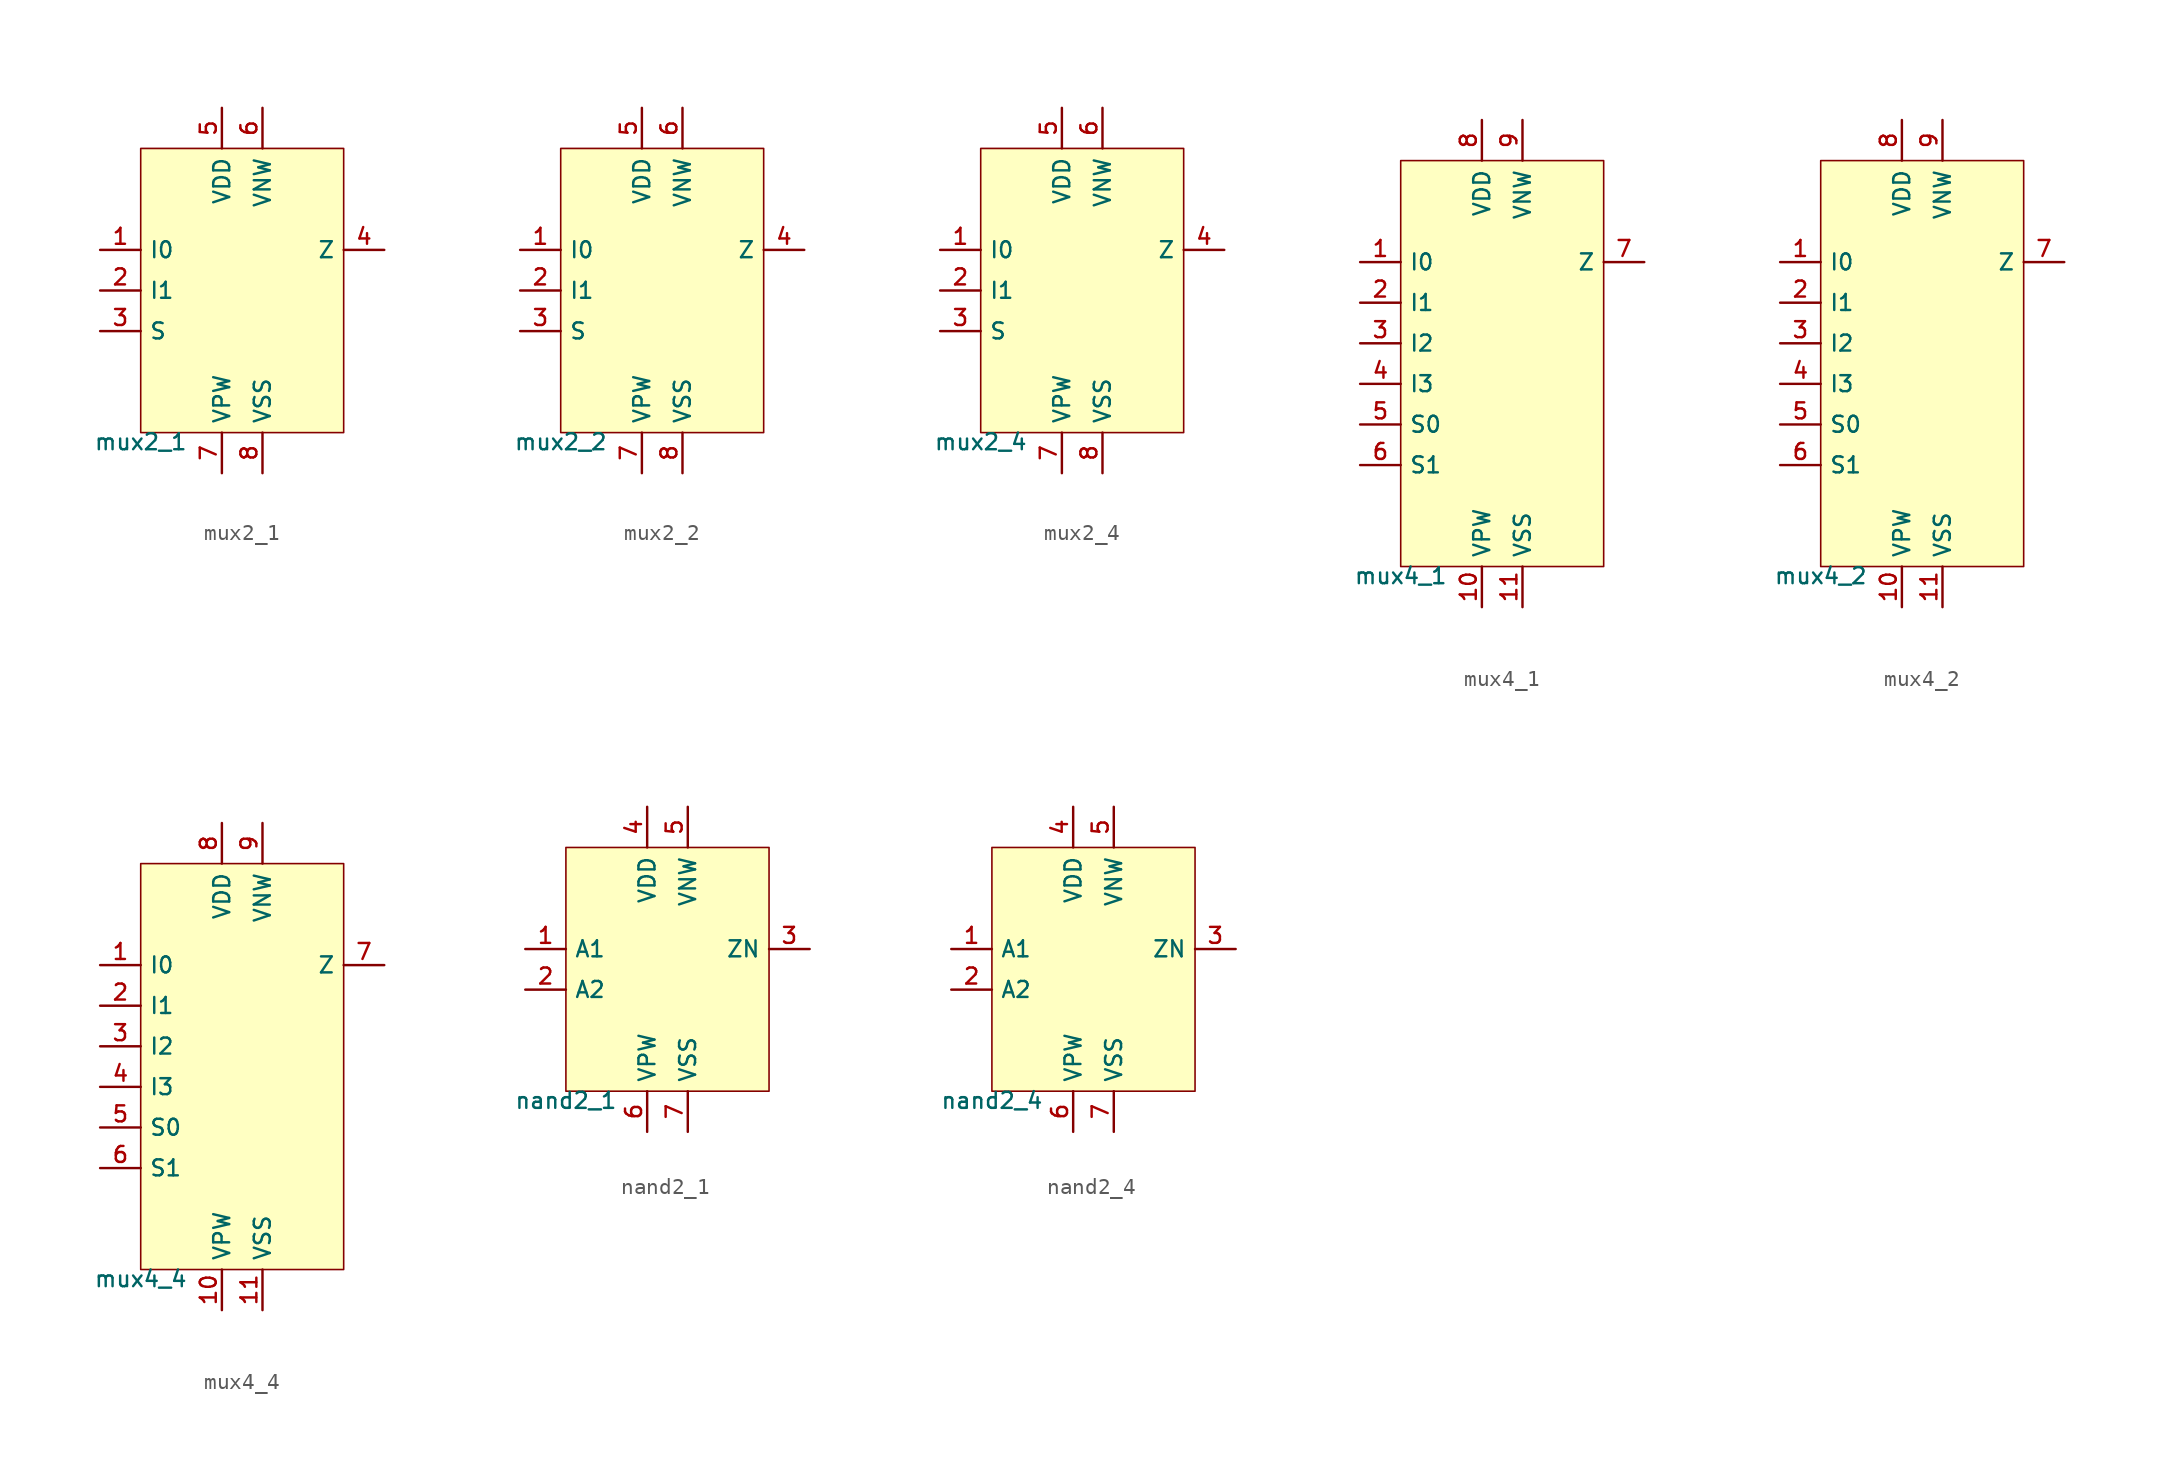
<source format=kicad_sym>
(kicad_symbol_lib
  (version 20211014)
  (generator pdk2kicad)
  (symbol "mux2_1"
    (property "Reference" "X"
      (at 0 0 0)
      (effects (font (size 1 1)) hide))
    (property "Value" "mux2_1"
      (at -6.35 -8.89 0)
      (effects (font (size 1 1)) (justify top)))
    (rectangle
      (start -6.35 -8.89)
      (end 6.35 8.89)
      (stroke (width 0.1) (type solid) (color 0 0 0 0))
      (fill (type background)))
    (pin input line
      (at -8.89 2.54 0)
      (length 2.54)
      (name "I0" (effects (font (size 1 1)) hide))
      (number "1" (effects (font (size 1 1)) hide)))
    (pin input line
      (at -8.89 4.440892098500626e-16 0)
      (length 2.54)
      (name "I1" (effects (font (size 1 1)) hide))
      (number "2" (effects (font (size 1 1)) hide)))
    (pin input line
      (at -8.89 -2.54 0)
      (length 2.54)
      (name "S" (effects (font (size 1 1)) hide))
      (number "3" (effects (font (size 1 1)) hide)))
    (pin output line
      (at 8.89 2.54 180)
      (length 2.54)
      (name "Z" (effects (font (size 1 1)) hide))
      (number "4" (effects (font (size 1 1)) hide)))
    (pin power_in line
      (at -1.27 11.43 270)
      (length 2.54)
      (name "VDD" (effects (font (size 1 1)) hide))
      (number "5" (effects (font (size 1 1)) hide)))
    (pin power_in line
      (at 1.27 11.43 270)
      (length 2.54)
      (name "VNW" (effects (font (size 1 1)) hide))
      (number "6" (effects (font (size 1 1)) hide)))
    (pin power_in line
      (at -1.27 -11.43 90)
      (length 2.54)
      (name "VPW" (effects (font (size 1 1)) hide))
      (number "7" (effects (font (size 1 1)) hide)))
    (pin power_in line
      (at 1.27 -11.43 90)
      (length 2.54)
      (name "VSS" (effects (font (size 1 1)) hide))
      (number "8" (effects (font (size 1 1)) hide))))
  (symbol "mux2_2"
    (property "Reference" "X"
      (at 0 0 0)
      (effects (font (size 1 1)) hide))
    (property "Value" "mux2_2"
      (at -6.35 -8.89 0)
      (effects (font (size 1 1)) (justify top)))
    (rectangle
      (start -6.35 -8.89)
      (end 6.35 8.89)
      (stroke (width 0.1) (type solid) (color 0 0 0 0))
      (fill (type background)))
    (pin input line
      (at -8.89 2.54 0)
      (length 2.54)
      (name "I0" (effects (font (size 1 1)) hide))
      (number "1" (effects (font (size 1 1)) hide)))
    (pin input line
      (at -8.89 4.440892098500626e-16 0)
      (length 2.54)
      (name "I1" (effects (font (size 1 1)) hide))
      (number "2" (effects (font (size 1 1)) hide)))
    (pin input line
      (at -8.89 -2.54 0)
      (length 2.54)
      (name "S" (effects (font (size 1 1)) hide))
      (number "3" (effects (font (size 1 1)) hide)))
    (pin output line
      (at 8.89 2.54 180)
      (length 2.54)
      (name "Z" (effects (font (size 1 1)) hide))
      (number "4" (effects (font (size 1 1)) hide)))
    (pin power_in line
      (at -1.27 11.43 270)
      (length 2.54)
      (name "VDD" (effects (font (size 1 1)) hide))
      (number "5" (effects (font (size 1 1)) hide)))
    (pin power_in line
      (at 1.27 11.43 270)
      (length 2.54)
      (name "VNW" (effects (font (size 1 1)) hide))
      (number "6" (effects (font (size 1 1)) hide)))
    (pin power_in line
      (at -1.27 -11.43 90)
      (length 2.54)
      (name "VPW" (effects (font (size 1 1)) hide))
      (number "7" (effects (font (size 1 1)) hide)))
    (pin power_in line
      (at 1.27 -11.43 90)
      (length 2.54)
      (name "VSS" (effects (font (size 1 1)) hide))
      (number "8" (effects (font (size 1 1)) hide))))
  (symbol "mux2_4"
    (property "Reference" "X"
      (at 0 0 0)
      (effects (font (size 1 1)) hide))
    (property "Value" "mux2_4"
      (at -6.35 -8.89 0)
      (effects (font (size 1 1)) (justify top)))
    (rectangle
      (start -6.35 -8.89)
      (end 6.35 8.89)
      (stroke (width 0.1) (type solid) (color 0 0 0 0))
      (fill (type background)))
    (pin input line
      (at -8.89 2.54 0)
      (length 2.54)
      (name "I0" (effects (font (size 1 1)) hide))
      (number "1" (effects (font (size 1 1)) hide)))
    (pin input line
      (at -8.89 4.440892098500626e-16 0)
      (length 2.54)
      (name "I1" (effects (font (size 1 1)) hide))
      (number "2" (effects (font (size 1 1)) hide)))
    (pin input line
      (at -8.89 -2.54 0)
      (length 2.54)
      (name "S" (effects (font (size 1 1)) hide))
      (number "3" (effects (font (size 1 1)) hide)))
    (pin output line
      (at 8.89 2.54 180)
      (length 2.54)
      (name "Z" (effects (font (size 1 1)) hide))
      (number "4" (effects (font (size 1 1)) hide)))
    (pin power_in line
      (at -1.27 11.43 270)
      (length 2.54)
      (name "VDD" (effects (font (size 1 1)) hide))
      (number "5" (effects (font (size 1 1)) hide)))
    (pin power_in line
      (at 1.27 11.43 270)
      (length 2.54)
      (name "VNW" (effects (font (size 1 1)) hide))
      (number "6" (effects (font (size 1 1)) hide)))
    (pin power_in line
      (at -1.27 -11.43 90)
      (length 2.54)
      (name "VPW" (effects (font (size 1 1)) hide))
      (number "7" (effects (font (size 1 1)) hide)))
    (pin power_in line
      (at 1.27 -11.43 90)
      (length 2.54)
      (name "VSS" (effects (font (size 1 1)) hide))
      (number "8" (effects (font (size 1 1)) hide))))
  (symbol "mux4_1"
    (property "Reference" "X"
      (at 0 0 0)
      (effects (font (size 1 1)) hide))
    (property "Value" "mux4_1"
      (at -6.35 -12.7 0)
      (effects (font (size 1 1)) (justify top)))
    (rectangle
      (start -6.35 -12.7)
      (end 6.35 12.7)
      (stroke (width 0.1) (type solid) (color 0 0 0 0))
      (fill (type background)))
    (pin input line
      (at -8.89 6.35 0)
      (length 2.54)
      (name "I0" (effects (font (size 1 1)) hide))
      (number "1" (effects (font (size 1 1)) hide)))
    (pin input line
      (at -8.89 3.81 0)
      (length 2.54)
      (name "I1" (effects (font (size 1 1)) hide))
      (number "2" (effects (font (size 1 1)) hide)))
    (pin input line
      (at -8.89 1.27 0)
      (length 2.54)
      (name "I2" (effects (font (size 1 1)) hide))
      (number "3" (effects (font (size 1 1)) hide)))
    (pin input line
      (at -8.89 -1.27 0)
      (length 2.54)
      (name "I3" (effects (font (size 1 1)) hide))
      (number "4" (effects (font (size 1 1)) hide)))
    (pin input line
      (at -8.89 -3.81 0)
      (length 2.54)
      (name "S0" (effects (font (size 1 1)) hide))
      (number "5" (effects (font (size 1 1)) hide)))
    (pin input line
      (at -8.89 -6.35 0)
      (length 2.54)
      (name "S1" (effects (font (size 1 1)) hide))
      (number "6" (effects (font (size 1 1)) hide)))
    (pin output line
      (at 8.89 6.35 180)
      (length 2.54)
      (name "Z" (effects (font (size 1 1)) hide))
      (number "7" (effects (font (size 1 1)) hide)))
    (pin power_in line
      (at -1.27 15.24 270)
      (length 2.54)
      (name "VDD" (effects (font (size 1 1)) hide))
      (number "8" (effects (font (size 1 1)) hide)))
    (pin power_in line
      (at 1.27 15.24 270)
      (length 2.54)
      (name "VNW" (effects (font (size 1 1)) hide))
      (number "9" (effects (font (size 1 1)) hide)))
    (pin power_in line
      (at -1.27 -15.24 90)
      (length 2.54)
      (name "VPW" (effects (font (size 1 1)) hide))
      (number "10" (effects (font (size 1 1)) hide)))
    (pin power_in line
      (at 1.27 -15.24 90)
      (length 2.54)
      (name "VSS" (effects (font (size 1 1)) hide))
      (number "11" (effects (font (size 1 1)) hide))))
  (symbol "mux4_2"
    (property "Reference" "X"
      (at 0 0 0)
      (effects (font (size 1 1)) hide))
    (property "Value" "mux4_2"
      (at -6.35 -12.7 0)
      (effects (font (size 1 1)) (justify top)))
    (rectangle
      (start -6.35 -12.7)
      (end 6.35 12.7)
      (stroke (width 0.1) (type solid) (color 0 0 0 0))
      (fill (type background)))
    (pin input line
      (at -8.89 6.35 0)
      (length 2.54)
      (name "I0" (effects (font (size 1 1)) hide))
      (number "1" (effects (font (size 1 1)) hide)))
    (pin input line
      (at -8.89 3.81 0)
      (length 2.54)
      (name "I1" (effects (font (size 1 1)) hide))
      (number "2" (effects (font (size 1 1)) hide)))
    (pin input line
      (at -8.89 1.27 0)
      (length 2.54)
      (name "I2" (effects (font (size 1 1)) hide))
      (number "3" (effects (font (size 1 1)) hide)))
    (pin input line
      (at -8.89 -1.27 0)
      (length 2.54)
      (name "I3" (effects (font (size 1 1)) hide))
      (number "4" (effects (font (size 1 1)) hide)))
    (pin input line
      (at -8.89 -3.81 0)
      (length 2.54)
      (name "S0" (effects (font (size 1 1)) hide))
      (number "5" (effects (font (size 1 1)) hide)))
    (pin input line
      (at -8.89 -6.35 0)
      (length 2.54)
      (name "S1" (effects (font (size 1 1)) hide))
      (number "6" (effects (font (size 1 1)) hide)))
    (pin output line
      (at 8.89 6.35 180)
      (length 2.54)
      (name "Z" (effects (font (size 1 1)) hide))
      (number "7" (effects (font (size 1 1)) hide)))
    (pin power_in line
      (at -1.27 15.24 270)
      (length 2.54)
      (name "VDD" (effects (font (size 1 1)) hide))
      (number "8" (effects (font (size 1 1)) hide)))
    (pin power_in line
      (at 1.27 15.24 270)
      (length 2.54)
      (name "VNW" (effects (font (size 1 1)) hide))
      (number "9" (effects (font (size 1 1)) hide)))
    (pin power_in line
      (at -1.27 -15.24 90)
      (length 2.54)
      (name "VPW" (effects (font (size 1 1)) hide))
      (number "10" (effects (font (size 1 1)) hide)))
    (pin power_in line
      (at 1.27 -15.24 90)
      (length 2.54)
      (name "VSS" (effects (font (size 1 1)) hide))
      (number "11" (effects (font (size 1 1)) hide))))
  (symbol "mux4_4"
    (property "Reference" "X"
      (at 0 0 0)
      (effects (font (size 1 1)) hide))
    (property "Value" "mux4_4"
      (at -6.35 -12.7 0)
      (effects (font (size 1 1)) (justify top)))
    (rectangle
      (start -6.35 -12.7)
      (end 6.35 12.7)
      (stroke (width 0.1) (type solid) (color 0 0 0 0))
      (fill (type background)))
    (pin input line
      (at -8.89 6.35 0)
      (length 2.54)
      (name "I0" (effects (font (size 1 1)) hide))
      (number "1" (effects (font (size 1 1)) hide)))
    (pin input line
      (at -8.89 3.81 0)
      (length 2.54)
      (name "I1" (effects (font (size 1 1)) hide))
      (number "2" (effects (font (size 1 1)) hide)))
    (pin input line
      (at -8.89 1.27 0)
      (length 2.54)
      (name "I2" (effects (font (size 1 1)) hide))
      (number "3" (effects (font (size 1 1)) hide)))
    (pin input line
      (at -8.89 -1.27 0)
      (length 2.54)
      (name "I3" (effects (font (size 1 1)) hide))
      (number "4" (effects (font (size 1 1)) hide)))
    (pin input line
      (at -8.89 -3.81 0)
      (length 2.54)
      (name "S0" (effects (font (size 1 1)) hide))
      (number "5" (effects (font (size 1 1)) hide)))
    (pin input line
      (at -8.89 -6.35 0)
      (length 2.54)
      (name "S1" (effects (font (size 1 1)) hide))
      (number "6" (effects (font (size 1 1)) hide)))
    (pin output line
      (at 8.89 6.35 180)
      (length 2.54)
      (name "Z" (effects (font (size 1 1)) hide))
      (number "7" (effects (font (size 1 1)) hide)))
    (pin power_in line
      (at -1.27 15.24 270)
      (length 2.54)
      (name "VDD" (effects (font (size 1 1)) hide))
      (number "8" (effects (font (size 1 1)) hide)))
    (pin power_in line
      (at 1.27 15.24 270)
      (length 2.54)
      (name "VNW" (effects (font (size 1 1)) hide))
      (number "9" (effects (font (size 1 1)) hide)))
    (pin power_in line
      (at -1.27 -15.24 90)
      (length 2.54)
      (name "VPW" (effects (font (size 1 1)) hide))
      (number "10" (effects (font (size 1 1)) hide)))
    (pin power_in line
      (at 1.27 -15.24 90)
      (length 2.54)
      (name "VSS" (effects (font (size 1 1)) hide))
      (number "11" (effects (font (size 1 1)) hide))))
  (symbol "nand2_1"
    (property "Reference" "X"
      (at 0 0 0)
      (effects (font (size 1 1)) hide))
    (property "Value" "nand2_1"
      (at -6.35 -7.62 0)
      (effects (font (size 1 1)) (justify top)))
    (rectangle
      (start -6.35 -7.62)
      (end 6.35 7.62)
      (stroke (width 0.1) (type solid) (color 0 0 0 0))
      (fill (type background)))
    (pin input line
      (at -8.89 1.27 0)
      (length 2.54)
      (name "A1" (effects (font (size 1 1)) hide))
      (number "1" (effects (font (size 1 1)) hide)))
    (pin input line
      (at -8.89 -1.27 0)
      (length 2.54)
      (name "A2" (effects (font (size 1 1)) hide))
      (number "2" (effects (font (size 1 1)) hide)))
    (pin output line
      (at 8.89 1.27 180)
      (length 2.54)
      (name "ZN" (effects (font (size 1 1)) hide))
      (number "3" (effects (font (size 1 1)) hide)))
    (pin power_in line
      (at -1.27 10.16 270)
      (length 2.54)
      (name "VDD" (effects (font (size 1 1)) hide))
      (number "4" (effects (font (size 1 1)) hide)))
    (pin power_in line
      (at 1.27 10.16 270)
      (length 2.54)
      (name "VNW" (effects (font (size 1 1)) hide))
      (number "5" (effects (font (size 1 1)) hide)))
    (pin power_in line
      (at -1.27 -10.16 90)
      (length 2.54)
      (name "VPW" (effects (font (size 1 1)) hide))
      (number "6" (effects (font (size 1 1)) hide)))
    (pin power_in line
      (at 1.27 -10.16 90)
      (length 2.54)
      (name "VSS" (effects (font (size 1 1)) hide))
      (number "7" (effects (font (size 1 1)) hide))))
  (symbol "nand2_4"
    (property "Reference" "X"
      (at 0 0 0)
      (effects (font (size 1 1)) hide))
    (property "Value" "nand2_4"
      (at -6.35 -7.62 0)
      (effects (font (size 1 1)) (justify top)))
    (rectangle
      (start -6.35 -7.62)
      (end 6.35 7.62)
      (stroke (width 0.1) (type solid) (color 0 0 0 0))
      (fill (type background)))
    (pin input line
      (at -8.89 1.27 0)
      (length 2.54)
      (name "A1" (effects (font (size 1 1)) hide))
      (number "1" (effects (font (size 1 1)) hide)))
    (pin input line
      (at -8.89 -1.27 0)
      (length 2.54)
      (name "A2" (effects (font (size 1 1)) hide))
      (number "2" (effects (font (size 1 1)) hide)))
    (pin output line
      (at 8.89 1.27 180)
      (length 2.54)
      (name "ZN" (effects (font (size 1 1)) hide))
      (number "3" (effects (font (size 1 1)) hide)))
    (pin power_in line
      (at -1.27 10.16 270)
      (length 2.54)
      (name "VDD" (effects (font (size 1 1)) hide))
      (number "4" (effects (font (size 1 1)) hide)))
    (pin power_in line
      (at 1.27 10.16 270)
      (length 2.54)
      (name "VNW" (effects (font (size 1 1)) hide))
      (number "5" (effects (font (size 1 1)) hide)))
    (pin power_in line
      (at -1.27 -10.16 90)
      (length 2.54)
      (name "VPW" (effects (font (size 1 1)) hide))
      (number "6" (effects (font (size 1 1)) hide)))
    (pin power_in line
      (at 1.27 -10.16 90)
      (length 2.54)
      (name "VSS" (effects (font (size 1 1)) hide))
      (number "7" (effects (font (size 1 1)) hide)))))
</source>
